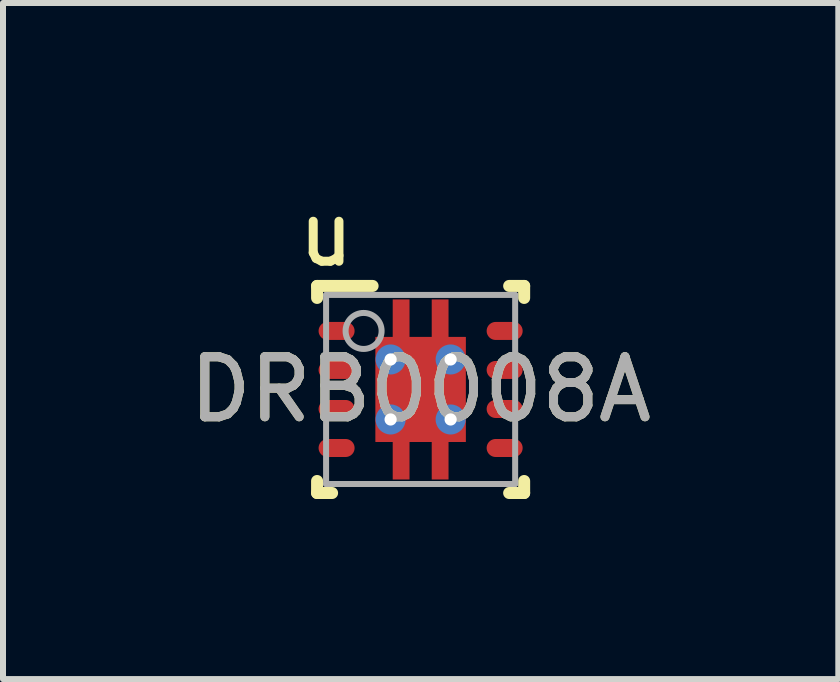
<source format=kicad_pcb>
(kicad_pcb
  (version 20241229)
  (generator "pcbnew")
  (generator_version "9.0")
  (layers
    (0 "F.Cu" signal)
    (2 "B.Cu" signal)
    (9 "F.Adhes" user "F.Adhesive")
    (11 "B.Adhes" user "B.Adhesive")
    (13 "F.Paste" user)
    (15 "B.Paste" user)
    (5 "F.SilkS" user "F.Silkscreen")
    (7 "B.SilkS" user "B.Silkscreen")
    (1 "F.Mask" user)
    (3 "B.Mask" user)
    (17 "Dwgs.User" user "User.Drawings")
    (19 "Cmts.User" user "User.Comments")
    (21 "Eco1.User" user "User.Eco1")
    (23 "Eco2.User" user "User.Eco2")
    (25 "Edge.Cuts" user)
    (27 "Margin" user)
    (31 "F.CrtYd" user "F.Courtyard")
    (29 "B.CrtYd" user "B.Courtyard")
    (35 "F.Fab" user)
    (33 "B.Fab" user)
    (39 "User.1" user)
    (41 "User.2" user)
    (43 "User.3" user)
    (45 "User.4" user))
  (footprint "DRB0008A"
    (layer "F.Cu")
    (at 3.958 3.439)
    (property "Reference" "DRB0008A" (at 0 0 0) (unlocked yes) (layer "F.SilkS") (effects (font (size 1 1) (thickness 0.15))))
    (attr smd)
    (fp_poly (pts (xy -0.465 1.5) (xy -0.465 0.875) (xy -0.75 0.875) (xy -0.75 -0.875) (xy -0.465 -0.875) (xy -0.465 -1.5) (xy -0.185 -1.5) (xy -0.185 -0.875) (xy 0.185 -0.875) (xy 0.185 -1.5) (xy 0.465 -1.5) (xy 0.465 -0.875) (xy 0.75 -0.875) (xy 0.75 0.875) (xy 0.465 0.875) (xy 0.465 1.5) (xy 0.185 1.5) (xy 0.185 0.875) (xy -0.185 0.875) (xy -0.185 1.5)) (stroke (width 0) (type solid)) (fill yes) (layer "F.Cu"))
    (fp_line (start -1.725 1.725) (end -1.725 1.525) (stroke (width 0.2) (type solid)) (layer "F.SilkS"))
    (fp_line (start -1.725 -1.725) (end -0.8 -1.725) (stroke (width 0.2) (type solid)) (layer "F.SilkS"))
    (fp_line (start -1.725 -1.525) (end -1.725 -1.725) (stroke (width 0.2) (type solid)) (layer "F.SilkS"))
    (fp_line (start -1.725 1.725) (end -1.475 1.725) (stroke (width 0.2) (type solid)) (layer "F.SilkS"))
    (fp_line (start 1.475 -1.725) (end 1.725 -1.725) (stroke (width 0.2) (type solid)) (layer "F.SilkS"))
    (fp_line (start 1.475 1.725) (end 1.725 1.725) (stroke (width 0.2) (type solid)) (layer "F.SilkS"))
    (fp_line (start 1.725 -1.525) (end 1.725 -1.725) (stroke (width 0.2) (type solid)) (layer "F.SilkS"))
    (fp_line (start 1.725 1.725) (end 1.725 1.525) (stroke (width 0.2) (type solid)) (layer "F.SilkS"))
    (fp_poly (pts (xy -0.691 0.792) (xy 0.692 0.792) (xy 0.692 -0.792) (xy -0.691 -0.792)) (stroke (width 0) (type solid)) (fill yes) (layer "F.Paste"))
    (fp_line (start -1.575 -1.575) (end 1.575 -1.575) (stroke (width 0.1) (type solid)) (layer "F.Fab"))
    (fp_line (start -1.575 1.575) (end -1.575 -1.575) (stroke (width 0.1) (type solid)) (layer "F.Fab"))
    (fp_line (start -1.575 1.575) (end 1.575 1.575) (stroke (width 0.1) (type solid)) (layer "F.Fab"))
    (fp_line (start 1.575 1.575) (end 1.575 -1.575) (stroke (width 0.1) (type solid)) (layer "F.Fab"))
    (fp_circle (center -0.95 -0.975) (end -0.65 -0.975) (stroke (width 0.1) (type solid)) (fill no) (layer "F.Fab"))
    (fp_text user "u" (at -1.575 -2.591 0) (unlocked yes) (layer "F.SilkS") (effects (font (size 1 1) (thickness 0.15))))
    (fp_text user "${REFERENCE}" (at 0 0 0) (unlocked yes) (layer "F.Fab") (effects (font (size 1 1) (thickness 0.15))))
    (pad "1" smd oval (at -1.4 -0.975 90) (size 0.3 0.6) (layers "F.Cu" "F.Mask" "F.Paste"))
    (pad "2" smd oval (at -1.4 -0.325 90) (size 0.3 0.6) (layers "F.Cu" "F.Mask" "F.Paste"))
    (pad "3" smd oval (at -1.4 0.325 90) (size 0.3 0.6) (layers "F.Cu" "F.Mask" "F.Paste"))
    (pad "4" smd oval (at -1.4 0.975 90) (size 0.3 0.6) (layers "F.Cu" "F.Mask" "F.Paste"))
    (pad "5" smd oval (at 1.4 0.975 90) (size 0.3 0.6) (layers "F.Cu" "F.Mask" "F.Paste"))
    (pad "6" smd oval (at 1.4 0.325 90) (size 0.3 0.6) (layers "F.Cu" "F.Mask" "F.Paste"))
    (pad "7" smd oval (at 1.4 -0.325 90) (size 0.3 0.6) (layers "F.Cu" "F.Mask" "F.Paste"))
    (pad "8" smd oval (at 1.4 -0.975 90) (size 0.3 0.6) (layers "F.Cu" "F.Mask" "F.Paste"))
    (pad "9" smd rect (at 0.000003 0) (size 1.5 1.75) (layers "F.Cu" "F.Mask"))
    (pad "V" thru_hole circle (at -0.5 -0.5) (size 0.5 0.5) (drill 0.203) (layers "*.Cu" "*.Mask"))
    (pad "V" thru_hole circle (at -0.5 0.5) (size 0.5 0.5) (drill 0.203) (layers "*.Cu" "*.Mask"))
    (pad "V" thru_hole circle (at 0.5 -0.5) (size 0.5 0.5) (drill 0.203) (layers "*.Cu" "*.Mask"))
    (pad "V" thru_hole circle (at 0.5 0.5) (size 0.5 0.5) (drill 0.203) (layers "*.Cu" "*.Mask")))
  (gr_rect
    (start -3 -3)
    (end 10.917 8.264)
    (stroke (width 0.1) (type default))
    (fill no)
    (layer "Edge.Cuts")))
</source>
